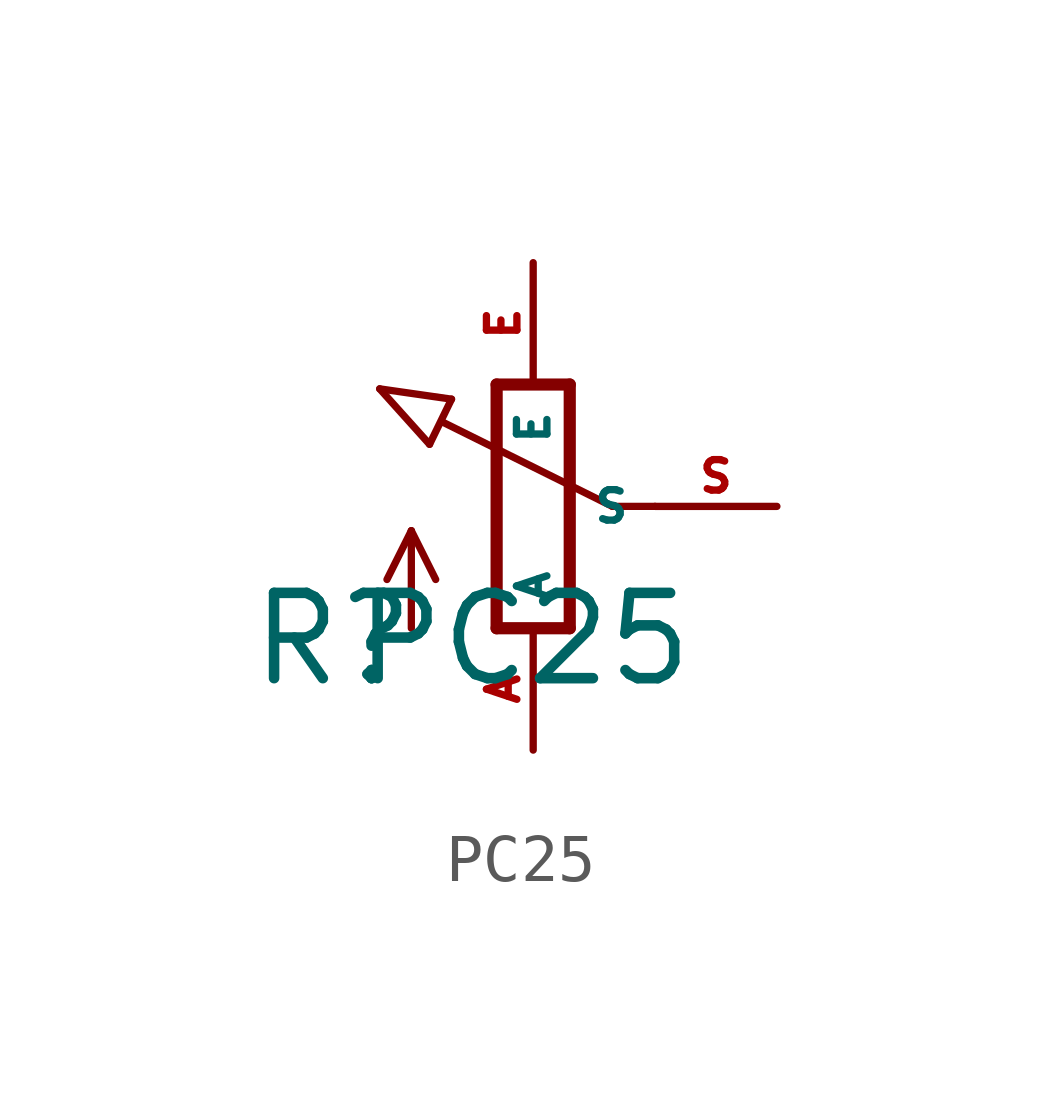
<source format=kicad_sym>
(kicad_symbol_lib
  (version 20220914)
  (generator Eagle2Kicad)
  (symbol "PC25"
    (property "Reference" "R"
      (at -5.969 -3.81 0)
      (effects (font (size 1.778 1.778) (thickness 0.22)) (justify left bottom)))
    (property "Value" "PC25"
      (at -3.81 -3.81 0)
      (effects (font (size 1.778 1.778) (thickness 0.22)) (justify left bottom)))
    (polyline
      (pts (xy -0.762 2.54) (xy -0.762 -2.54))
      (stroke (width 0.254) (type default))
      (fill (type none)))
    (polyline
      (pts (xy 0.762 -2.54) (xy 0.762 2.54))
      (stroke (width 0.254) (type default))
      (fill (type none)))
    (polyline
      (pts (xy 2.54 0) (xy 1.651 0))
      (stroke (width 0.152) (type default))
      (fill (type none)))
    (polyline
      (pts (xy 1.651 0) (xy -1.88 1.753))
      (stroke (width 0.152) (type default))
      (fill (type none)))
    (polyline
      (pts (xy 0.762 2.54) (xy -0.762 2.54))
      (stroke (width 0.254) (type default))
      (fill (type none)))
    (polyline
      (pts (xy -0.762 -2.54) (xy 0.762 -2.54))
      (stroke (width 0.254) (type default))
      (fill (type none)))
    (polyline
      (pts (xy -2.16 1.294) (xy -3.199 2.45))
      (stroke (width 0.152) (type default))
      (fill (type none)))
    (polyline
      (pts (xy -3.199 2.45) (xy -1.702 2.235))
      (stroke (width 0.152) (type default))
      (fill (type none)))
    (polyline
      (pts (xy -2.54 -2.54) (xy -2.54 -0.508))
      (stroke (width 0.152) (type default))
      (fill (type none)))
    (polyline
      (pts (xy -2.54 -0.508) (xy -3.048 -1.524))
      (stroke (width 0.152) (type default))
      (fill (type none)))
    (polyline
      (pts (xy -2.54 -0.508) (xy -2.032 -1.524))
      (stroke (width 0.152) (type default))
      (fill (type none)))
    (polyline
      (pts (xy -2.16 1.294) (xy -1.702 2.235))
      (stroke (width 0.152) (type default))
      (fill (type none)))
    (pin passive line
      (at 0 -5.08 90)
      (length 2.54)
      (name "A" (effects (font (size 0.635 0.635) (thickness 0.08)) (justify left bottom)))
      (number "A" (effects (font (size 0.635 0.635) (thickness 0.08)) (justify left bottom))))
    (pin passive line
      (at 0 5.08 270)
      (length 2.54)
      (name "E" (effects (font (size 0.635 0.635) (thickness 0.08)) (justify left bottom)))
      (number "E" (effects (font (size 0.635 0.635) (thickness 0.08)) (justify left bottom))))
    (pin passive line
      (at 5.08 0 180)
      (length 2.54)
      (name "S" (effects (font (size 0.635 0.635) (thickness 0.08)) (justify left bottom)))
      (number "S" (effects (font (size 0.635 0.635) (thickness 0.08)) (justify left bottom))))))
</source>
